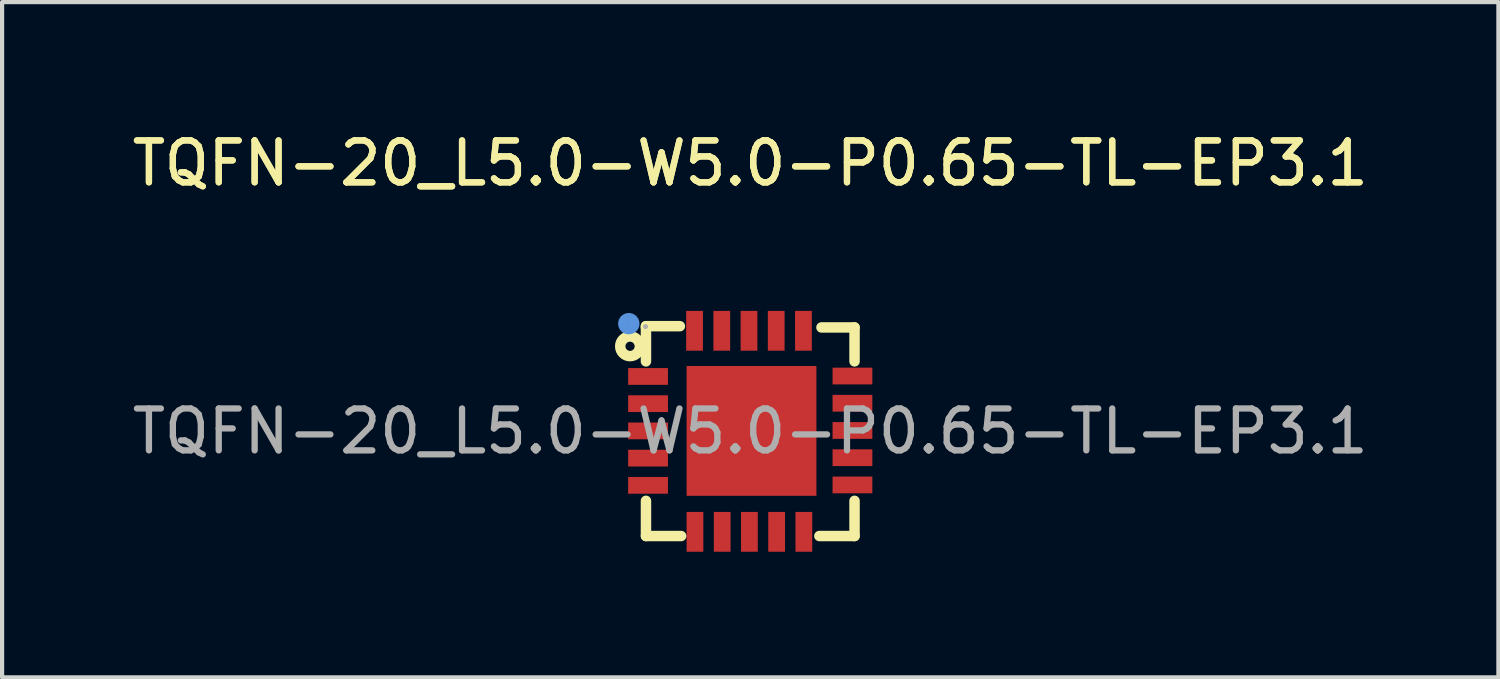
<source format=kicad_pcb>
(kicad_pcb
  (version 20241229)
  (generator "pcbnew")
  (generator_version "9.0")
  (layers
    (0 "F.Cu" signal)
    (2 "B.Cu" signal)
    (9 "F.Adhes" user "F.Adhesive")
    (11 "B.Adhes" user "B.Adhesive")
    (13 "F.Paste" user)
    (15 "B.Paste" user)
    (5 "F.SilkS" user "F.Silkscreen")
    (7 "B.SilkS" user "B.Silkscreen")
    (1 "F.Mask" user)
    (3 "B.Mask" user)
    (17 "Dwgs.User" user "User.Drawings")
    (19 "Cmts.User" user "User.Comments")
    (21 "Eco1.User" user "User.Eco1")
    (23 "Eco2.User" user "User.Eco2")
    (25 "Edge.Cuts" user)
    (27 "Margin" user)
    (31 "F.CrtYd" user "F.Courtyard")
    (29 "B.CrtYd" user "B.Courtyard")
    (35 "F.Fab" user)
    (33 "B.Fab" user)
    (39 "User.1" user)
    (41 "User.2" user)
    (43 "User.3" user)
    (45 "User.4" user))
  (footprint "TQFN-20_L5.0-W5.0-P0.65-TL-EP3.1"
    (layer "F.Cu")
    (at 14.863 7.248)
    (property "Reference" "TQFN-20_L5.0-W5.0-P0.65-TL-EP3.1" (at 0 -6.4 0) (layer "F.SilkS") (effects (font (size 1 1) (thickness 0.15))))
    (attr smd)
    (fp_line (start -2.49 -2.51) (end -2.49 -2.48) (stroke (width 0.25) (type solid)) (layer "F.SilkS"))
    (fp_line (start -2.49 -2.48) (end -2.49 -1.67) (stroke (width 0.25) (type solid)) (layer "F.SilkS"))
    (fp_line (start -2.49 2.5) (end -2.49 1.66) (stroke (width 0.25) (type solid)) (layer "F.SilkS"))
    (fp_line (start -2.47 -2.51) (end -2.49 -2.51) (stroke (width 0.25) (type solid)) (layer "F.SilkS"))
    (fp_line (start -1.68 -2.51) (end -2.47 -2.51) (stroke (width 0.25) (type solid)) (layer "F.SilkS"))
    (fp_line (start -1.65 2.5) (end -2.49 2.5) (stroke (width 0.25) (type solid)) (layer "F.SilkS"))
    (fp_line (start 2.49 -2.48) (end 1.7 -2.48) (stroke (width 0.25) (type solid)) (layer "F.SilkS"))
    (fp_line (start 2.49 -1.67) (end 2.49 -2.48) (stroke (width 0.25) (type solid)) (layer "F.SilkS"))
    (fp_line (start 2.49 1.66) (end 2.49 2.5) (stroke (width 0.25) (type solid)) (layer "F.SilkS"))
    (fp_line (start 2.49 2.5) (end 1.65 2.5) (stroke (width 0.25) (type solid)) (layer "F.SilkS"))
    (fp_circle (center -2.87 -2.03) (end -2.76 -2.03) (stroke (width 0.25) (type solid)) (fill no) (layer "F.SilkS"))
    (fp_circle (center -2.9 -2.57) (end -2.77 -2.57) (stroke (width 0.25) (type solid)) (fill no) (layer "Cmts.User"))
    (fp_circle (center -2.5 -2.5) (end -2.47 -2.5) (stroke (width 0.06) (type solid)) (fill no) (layer "F.Fab"))
    (fp_text user "${REFERENCE}" (at 0 -6.4 0) (layer "F.SilkS") (effects (font (size 1 1) (thickness 0.15))))
    (fp_text user "${REFERENCE}" (at 0 0 0) (layer "F.Fab") (effects (font (size 1 1) (thickness 0.15))))
    (pad "1" smd rect (at -2.44 -1.31 270) (size 0.4 0.95) (layers "F.Cu" "F.Mask" "F.Paste"))
    (pad "2" smd rect (at -2.44 -0.66 270) (size 0.4 0.95) (layers "F.Cu" "F.Mask" "F.Paste"))
    (pad "3" smd rect (at -2.44 -0.01 270) (size 0.4 0.95) (layers "F.Cu" "F.Mask" "F.Paste"))
    (pad "4" smd rect (at -2.44 0.64 270) (size 0.4 0.95) (layers "F.Cu" "F.Mask" "F.Paste"))
    (pad "5" smd rect (at -2.44 1.29 270) (size 0.4 0.95) (layers "F.Cu" "F.Mask" "F.Paste"))
    (pad "6" smd rect (at -1.32 2.4) (size 0.4 0.95) (layers "F.Cu" "F.Mask" "F.Paste"))
    (pad "7" smd rect (at -0.67 2.4) (size 0.4 0.95) (layers "F.Cu" "F.Mask" "F.Paste"))
    (pad "8" smd rect (at -0.02 2.4) (size 0.4 0.95) (layers "F.Cu" "F.Mask" "F.Paste"))
    (pad "9" smd rect (at 0.63 2.4) (size 0.4 0.95) (layers "F.Cu" "F.Mask" "F.Paste"))
    (pad "10" smd rect (at 1.28 2.4) (size 0.4 0.95) (layers "F.Cu" "F.Mask" "F.Paste"))
    (pad "11" smd rect (at 2.44 1.28 90) (size 0.4 0.95) (layers "F.Cu" "F.Mask" "F.Paste"))
    (pad "12" smd rect (at 2.44 0.63 90) (size 0.4 0.95) (layers "F.Cu" "F.Mask" "F.Paste"))
    (pad "13" smd rect (at 2.44 -0.02 90) (size 0.4 0.95) (layers "F.Cu" "F.Mask" "F.Paste"))
    (pad "14" smd rect (at 2.44 -0.67 90) (size 0.4 0.95) (layers "F.Cu" "F.Mask" "F.Paste"))
    (pad "15" smd rect (at 2.44 -1.32 90) (size 0.4 0.95) (layers "F.Cu" "F.Mask" "F.Paste"))
    (pad "16" smd rect (at 1.27 -2.4 180) (size 0.4 0.95) (layers "F.Cu" "F.Mask" "F.Paste"))
    (pad "17" smd rect (at 0.62 -2.4 180) (size 0.4 0.95) (layers "F.Cu" "F.Mask" "F.Paste"))
    (pad "18" smd rect (at -0.03 -2.4 180) (size 0.4 0.95) (layers "F.Cu" "F.Mask" "F.Paste"))
    (pad "19" smd rect (at -0.68 -2.4 180) (size 0.4 0.95) (layers "F.Cu" "F.Mask" "F.Paste"))
    (pad "20" smd rect (at -1.33 -2.4 180) (size 0.4 0.95) (layers "F.Cu" "F.Mask" "F.Paste"))
    (pad "21" smd rect (at 0.03 -0.01 180) (size 3.1 3.1) (layers "F.Cu" "F.Mask" "F.Paste")))
  (gr_rect
    (start -3 -3)
    (end 32.726 13.123)
    (stroke (width 0.1) (type default))
    (fill no)
    (layer "Edge.Cuts")))
</source>
